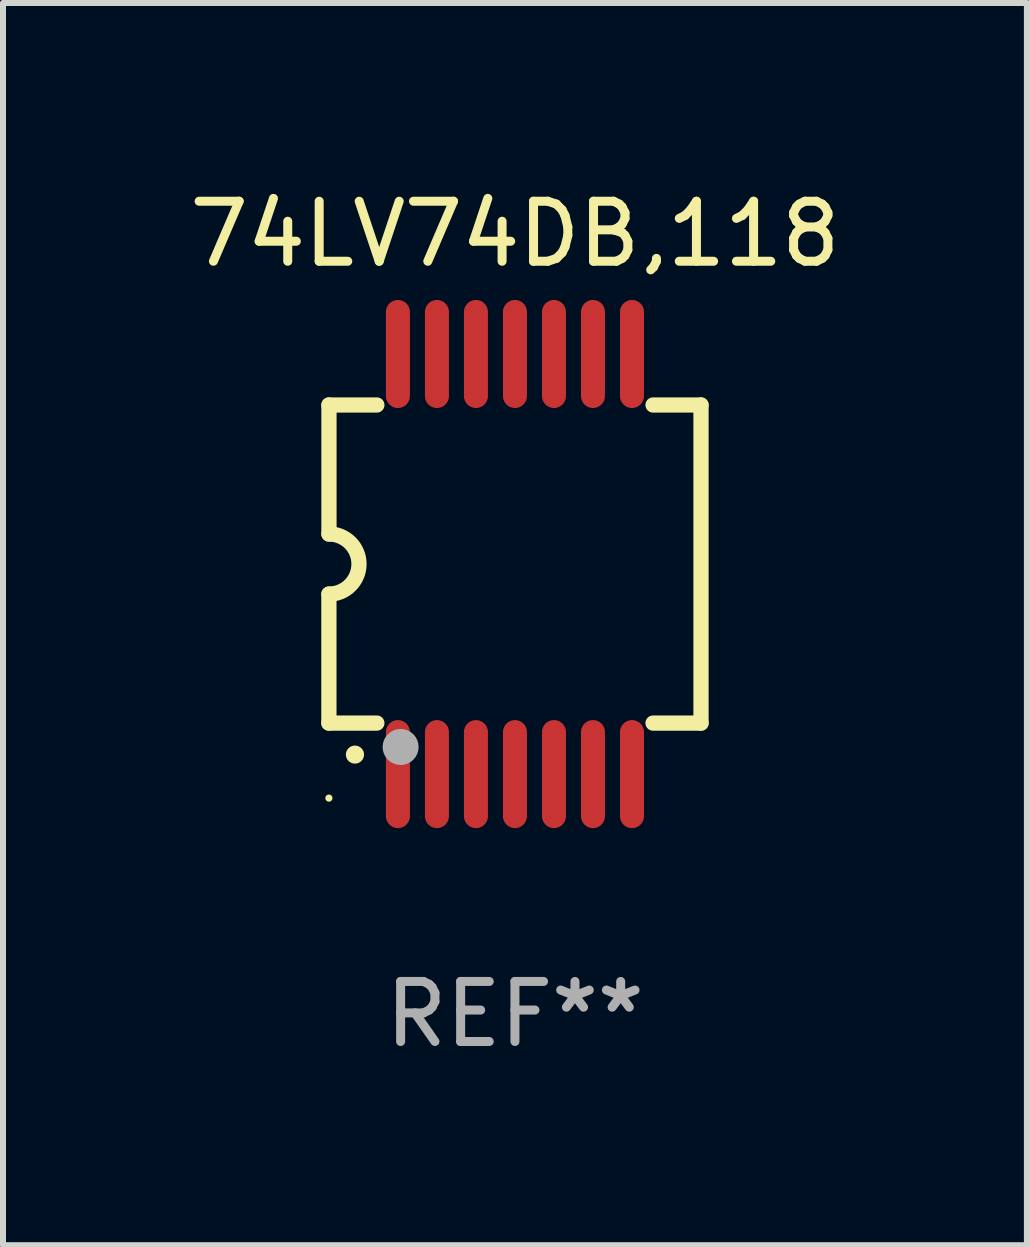
<source format=kicad_pcb>
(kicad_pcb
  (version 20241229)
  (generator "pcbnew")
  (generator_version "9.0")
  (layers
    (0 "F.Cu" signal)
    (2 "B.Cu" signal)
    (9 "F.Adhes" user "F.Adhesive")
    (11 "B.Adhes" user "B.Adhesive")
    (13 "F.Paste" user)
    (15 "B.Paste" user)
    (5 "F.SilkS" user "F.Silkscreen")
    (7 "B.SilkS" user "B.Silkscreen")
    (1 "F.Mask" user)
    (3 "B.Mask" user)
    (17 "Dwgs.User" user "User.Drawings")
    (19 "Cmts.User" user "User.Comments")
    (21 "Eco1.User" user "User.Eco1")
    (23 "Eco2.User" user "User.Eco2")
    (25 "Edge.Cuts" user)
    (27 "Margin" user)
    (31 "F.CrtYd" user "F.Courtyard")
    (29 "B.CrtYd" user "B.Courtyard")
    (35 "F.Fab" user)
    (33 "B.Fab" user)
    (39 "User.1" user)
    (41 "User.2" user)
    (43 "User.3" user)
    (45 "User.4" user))
  (footprint "74LV74DB,118"
    (layer "F.Cu")
    (at 5.53 6.348)
    (property "Reference" "74LV74DB,118" (at 0 -5.5 0) (layer "F.SilkS") (effects (font (size 1 1) (thickness 0.15))))
    (attr through_hole)
    (fp_line (start -3.1 2.65) (end -3.1 0.5) (stroke (width 0.254) (type solid)) (layer "F.SilkS"))
    (fp_line (start -3.099 -2.65) (end -2.301 -2.65) (stroke (width 0.254) (type solid)) (layer "F.SilkS"))
    (fp_line (start -3.099 -0.5) (end -3.099 -2.65) (stroke (width 0.254) (type solid)) (layer "F.SilkS"))
    (fp_line (start -2.301 2.65) (end -3.1 2.65) (stroke (width 0.254) (type solid)) (layer "F.SilkS"))
    (fp_line (start 2.301 -2.65) (end 3.1 -2.65) (stroke (width 0.254) (type solid)) (layer "F.SilkS"))
    (fp_line (start 3.1 -2.65) (end 3.1 2.65) (stroke (width 0.254) (type solid)) (layer "F.SilkS"))
    (fp_line (start 3.1 2.65) (end 2.301 2.65) (stroke (width 0.254) (type solid)) (layer "F.SilkS"))
    (fp_arc (start -3.098806 -0.500381) (mid -2.598806 0) (end -3.098806 0.500381) (stroke (width 0.254001) (type solid)) (layer "F.SilkS"))
    (fp_arc (start -2.667005 3.175006) (mid -2.665735 3.175001) (end -2.664465 3.175006) (stroke (width 0.3) (type solid)) (layer "F.SilkS"))
    (fp_circle (center -3.1 3.9) (end -3.07 3.9) (stroke (width 0.06) (type solid)) (fill no) (layer "F.SilkS"))
    (fp_circle (center -1.905 3.048) (end -1.755 3.048) (stroke (width 0.3) (type solid)) (fill no) (layer "F.Fab"))
    (fp_text user "REF**" (at 0 7.5 0) (layer "F.Fab") (effects (font (size 1 1) (thickness 0.15))))
    (pad "1" smd oval (at -1.95 3.5 270) (size 1.8 0.4) (layers "F.Cu" "F.Mask" "F.Paste"))
    (pad "2" smd oval (at -1.3 3.5 270) (size 1.8 0.4) (layers "F.Cu" "F.Mask" "F.Paste"))
    (pad "3" smd oval (at -0.65 3.5 270) (size 1.8 0.4) (layers "F.Cu" "F.Mask" "F.Paste"))
    (pad "4" smd oval (at 0 3.5 270) (size 1.8 0.4) (layers "F.Cu" "F.Mask" "F.Paste"))
    (pad "5" smd oval (at 0.65 3.5 270) (size 1.8 0.4) (layers "F.Cu" "F.Mask" "F.Paste"))
    (pad "6" smd oval (at 1.3 3.5 270) (size 1.8 0.4) (layers "F.Cu" "F.Mask" "F.Paste"))
    (pad "7" smd oval (at 1.95 3.5 270) (size 1.8 0.4) (layers "F.Cu" "F.Mask" "F.Paste"))
    (pad "8" smd oval (at 1.95 -3.5 90) (size 1.8 0.4) (layers "F.Cu" "F.Mask" "F.Paste"))
    (pad "9" smd oval (at 1.3 -3.5 90) (size 1.8 0.4) (layers "F.Cu" "F.Mask" "F.Paste"))
    (pad "10" smd oval (at 0.65 -3.5 90) (size 1.8 0.4) (layers "F.Cu" "F.Mask" "F.Paste"))
    (pad "11" smd oval (at 0 -3.5 90) (size 1.8 0.4) (layers "F.Cu" "F.Mask" "F.Paste"))
    (pad "12" smd oval (at -0.65 -3.5 90) (size 1.8 0.4) (layers "F.Cu" "F.Mask" "F.Paste"))
    (pad "13" smd oval (at -1.3 -3.5 90) (size 1.8 0.4) (layers "F.Cu" "F.Mask" "F.Paste"))
    (pad "14" smd oval (at -1.95 -3.5 90) (size 1.8 0.4) (layers "F.Cu" "F.Mask" "F.Paste")))
  (gr_rect
    (start -3 -3)
    (end 14.06 17.697)
    (stroke (width 0.1) (type default))
    (fill no)
    (layer "Edge.Cuts")))
</source>
